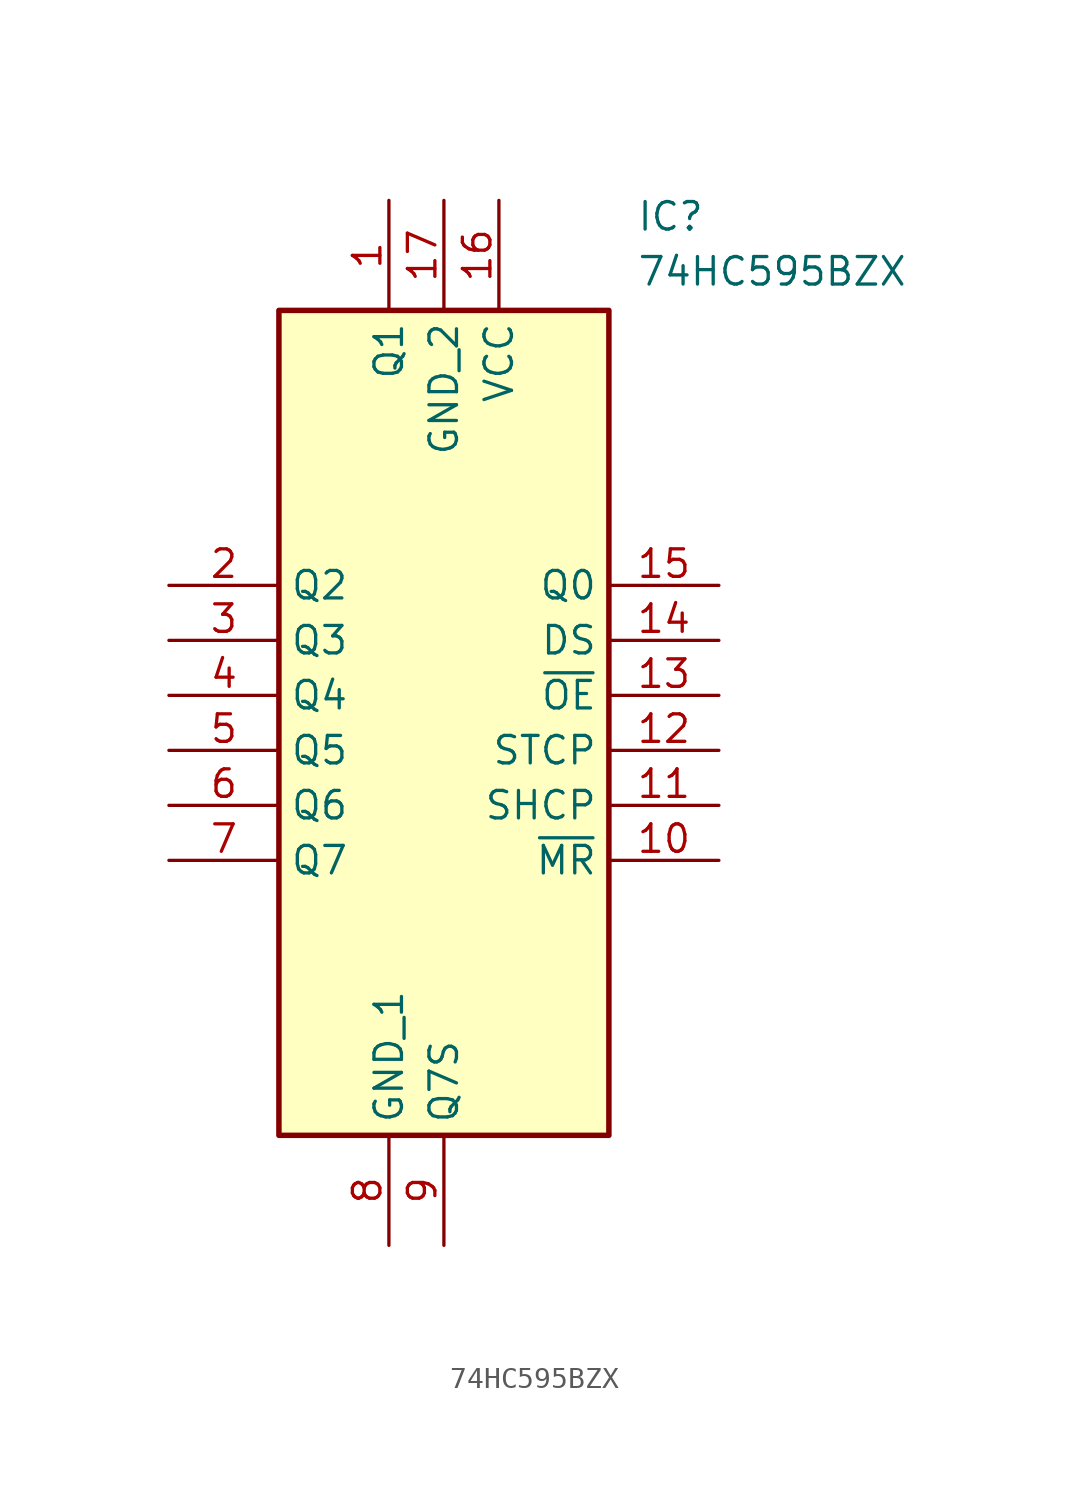
<source format=kicad_sym>
(kicad_symbol_lib
  (version 20211014)
  (generator SamacSys_ECAD_Model)
  (symbol "74HC595BZX"
    (property "Reference" "IC"
      (at 21.59 17.78 0)
      (effects (font (size 1.27 1.27)) (justify left top)))
    (property "Value" "74HC595BZX"
      (at 21.59 15.24 0)
      (effects (font (size 1.27 1.27)) (justify left top)))
    (rectangle
      (start 5.08 12.7)
      (end 20.32 -25.4)
      (stroke (width 0.254) (type default))
      (fill (type background)))
    (pin passive line
      (at 10.16 17.78 270)
      (length 5.08)
      (name "Q1" (effects (font (size 1.27 1.27))))
      (number "1" (effects (font (size 1.27 1.27)))))
    (pin passive line
      (at 0 0 0)
      (length 5.08)
      (name "Q2" (effects (font (size 1.27 1.27))))
      (number "2" (effects (font (size 1.27 1.27)))))
    (pin passive line
      (at 0 -2.54 0)
      (length 5.08)
      (name "Q3" (effects (font (size 1.27 1.27))))
      (number "3" (effects (font (size 1.27 1.27)))))
    (pin passive line
      (at 0 -5.08 0)
      (length 5.08)
      (name "Q4" (effects (font (size 1.27 1.27))))
      (number "4" (effects (font (size 1.27 1.27)))))
    (pin passive line
      (at 0 -7.62 0)
      (length 5.08)
      (name "Q5" (effects (font (size 1.27 1.27))))
      (number "5" (effects (font (size 1.27 1.27)))))
    (pin passive line
      (at 0 -10.16 0)
      (length 5.08)
      (name "Q6" (effects (font (size 1.27 1.27))))
      (number "6" (effects (font (size 1.27 1.27)))))
    (pin passive line
      (at 0 -12.7 0)
      (length 5.08)
      (name "Q7" (effects (font (size 1.27 1.27))))
      (number "7" (effects (font (size 1.27 1.27)))))
    (pin passive line
      (at 10.16 -30.48 90)
      (length 5.08)
      (name "GND_1" (effects (font (size 1.27 1.27))))
      (number "8" (effects (font (size 1.27 1.27)))))
    (pin passive line
      (at 12.7 -30.48 90)
      (length 5.08)
      (name "Q7S" (effects (font (size 1.27 1.27))))
      (number "9" (effects (font (size 1.27 1.27)))))
    (pin passive line
      (at 25.4 -12.7 180)
      (length 5.08)
      (name "~{MR}" (effects (font (size 1.27 1.27))))
      (number "10" (effects (font (size 1.27 1.27)))))
    (pin passive line
      (at 25.4 -10.16 180)
      (length 5.08)
      (name "SHCP" (effects (font (size 1.27 1.27))))
      (number "11" (effects (font (size 1.27 1.27)))))
    (pin passive line
      (at 25.4 -7.62 180)
      (length 5.08)
      (name "STCP" (effects (font (size 1.27 1.27))))
      (number "12" (effects (font (size 1.27 1.27)))))
    (pin passive line
      (at 25.4 -5.08 180)
      (length 5.08)
      (name "~{OE}" (effects (font (size 1.27 1.27))))
      (number "13" (effects (font (size 1.27 1.27)))))
    (pin passive line
      (at 25.4 -2.54 180)
      (length 5.08)
      (name "DS" (effects (font (size 1.27 1.27))))
      (number "14" (effects (font (size 1.27 1.27)))))
    (pin passive line
      (at 25.4 0 180)
      (length 5.08)
      (name "Q0" (effects (font (size 1.27 1.27))))
      (number "15" (effects (font (size 1.27 1.27)))))
    (pin passive line
      (at 15.24 17.78 270)
      (length 5.08)
      (name "VCC" (effects (font (size 1.27 1.27))))
      (number "16" (effects (font (size 1.27 1.27)))))
    (pin passive line
      (at 12.7 17.78 270)
      (length 5.08)
      (name "GND_2" (effects (font (size 1.27 1.27))))
      (number "17" (effects (font (size 1.27 1.27)))))))
</source>
